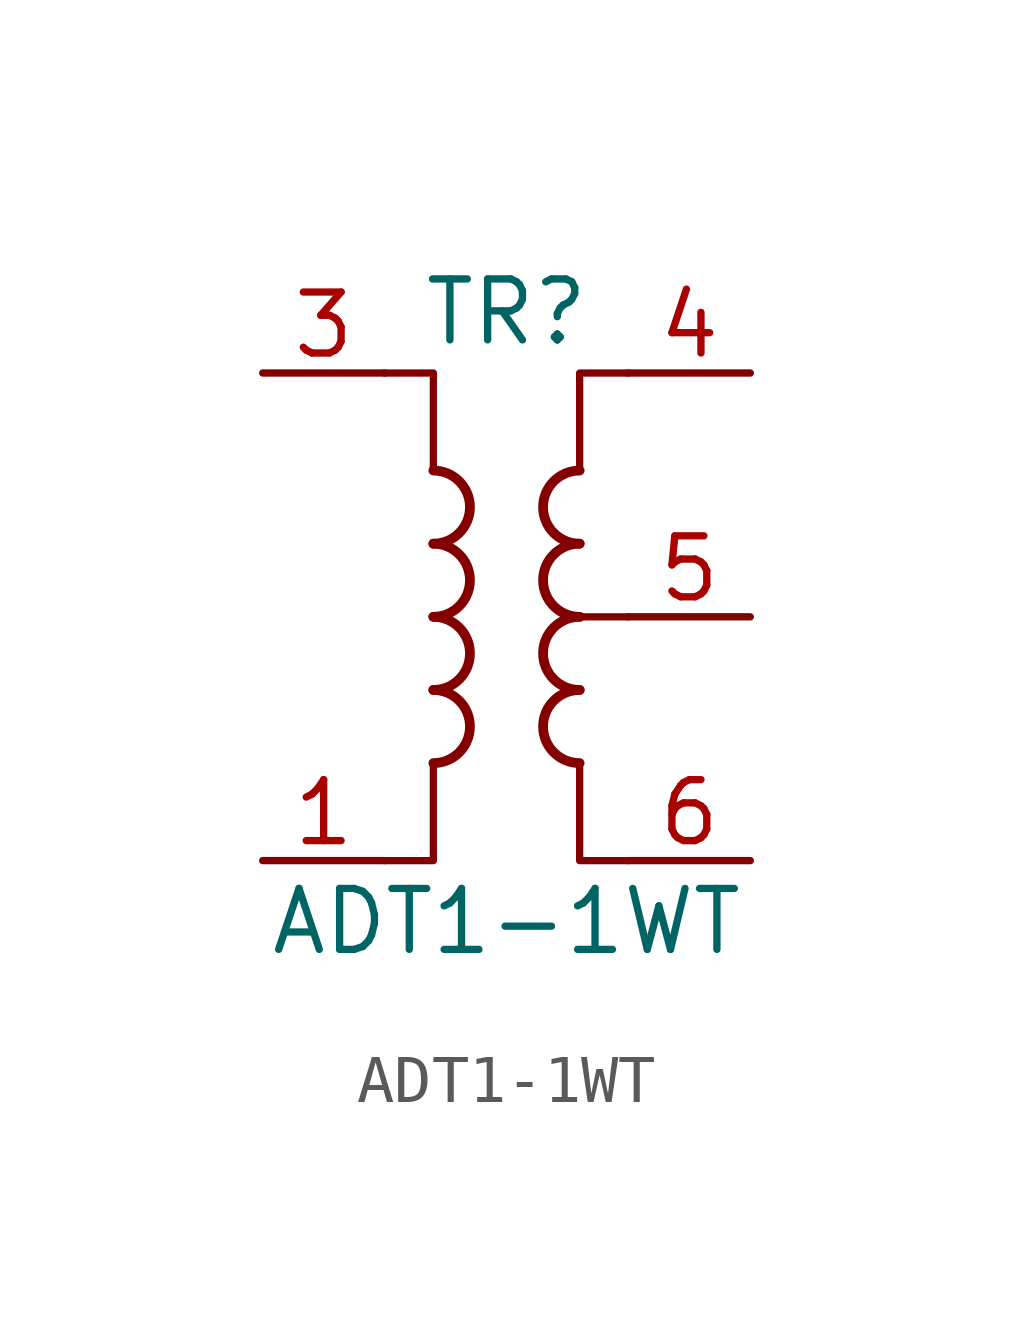
<source format=kicad_sym>
(kicad_symbol_lib
  (version 20211014)
  (generator kicad_symbol_editor)
  (symbol "ADT1-1WT"
    (pin_names hide)
    (property "Reference" "TR"
      (at 0 6.35 0)
      (effects (font (size 1.27 1.27))))
    (property "Value" "ADT1-1WT"
      (at 0 -6.35 0)
      (effects (font (size 1.27 1.27))))
    (symbol "ADT1-1WT_0_1"
      (arc (start -1.524 -3.048) (mid -0.762 -2.286) (end -1.524 -1.524) (stroke (width 0.2032) (type default) (color 0 0 0 0)) (fill (type none)))
      (arc (start -1.524 -1.524) (mid -0.762 -0.762) (end -1.524 0) (stroke (width 0.2032) (type default) (color 0 0 0 0)) (fill (type none)))
      (arc (start -1.524 0) (mid -0.762 0.762) (end -1.524 1.524) (stroke (width 0.2032) (type default) (color 0 0 0 0)) (fill (type none)))
      (arc (start -1.524 1.524) (mid -0.762 2.286) (end -1.524 3.048) (stroke (width 0.2032) (type default) (color 0 0 0 0)) (fill (type none)))
      (polyline (pts (xy 2.54 0) (xy 1.27 0)) (stroke (width 0.152) (type default) (color 0 0 0 0)) (fill (type none)))
      (polyline (pts (xy -2.54 5.08) (xy -1.524 5.08) (xy -1.524 3.048)) (stroke (width 0.152) (type default) (color 0 0 0 0)) (fill (type none)))
      (polyline (pts (xy -1.524 -3.048) (xy -1.524 -5.08) (xy -2.54 -5.08)) (stroke (width 0.152) (type default) (color 0 0 0 0)) (fill (type none)))
      (polyline (pts (xy 1.524 3.048) (xy 1.524 5.08) (xy 2.54 5.08)) (stroke (width 0.152) (type default) (color 0 0 0 0)) (fill (type none)))
      (polyline (pts (xy 2.54 -5.08) (xy 1.524 -5.08) (xy 1.524 -3.048)) (stroke (width 0.152) (type default) (color 0 0 0 0)) (fill (type none)))
      (arc (start 1.524 -1.524) (mid 0.762 -2.286) (end 1.524 -3.048) (stroke (width 0.2032) (type default) (color 0 0 0 0)) (fill (type none)))
      (arc (start 1.524 0) (mid 0.762 -0.762) (end 1.524 -1.524) (stroke (width 0.2032) (type default) (color 0 0 0 0)) (fill (type none)))
      (arc (start 1.524 1.524) (mid 0.762 0.762) (end 1.524 0) (stroke (width 0.2032) (type default) (color 0 0 0 0)) (fill (type none)))
      (arc (start 1.524 3.048) (mid 0.762 2.286) (end 1.524 1.524) (stroke (width 0.2032) (type default) (color 0 0 0 0)) (fill (type none))))
    (symbol "ADT1-1WT_1_1"
      (pin passive line (at -5.08 -5.08 0) (length 2.54) (name "~" (effects (font (size 1.27 1.27)))) (number "1" (effects (font (size 1.27 1.27)))))
      (pin passive line (at -5.08 5.08 0) (length 2.54) (name "~" (effects (font (size 1.27 1.27)))) (number "3" (effects (font (size 1.27 1.27)))))
      (pin passive line (at 5.08 5.08 180) (length 2.54) (name "~" (effects (font (size 1.27 1.27)))) (number "4" (effects (font (size 1.27 1.27)))))
      (pin passive line (at 5.08 0 180) (length 2.54) (name "~" (effects (font (size 1.27 1.27)))) (number "5" (effects (font (size 1.27 1.27)))))
      (pin passive line (at 5.08 -5.08 180) (length 2.54) (name "~" (effects (font (size 1.27 1.27)))) (number "6" (effects (font (size 1.27 1.27))))))))
</source>
